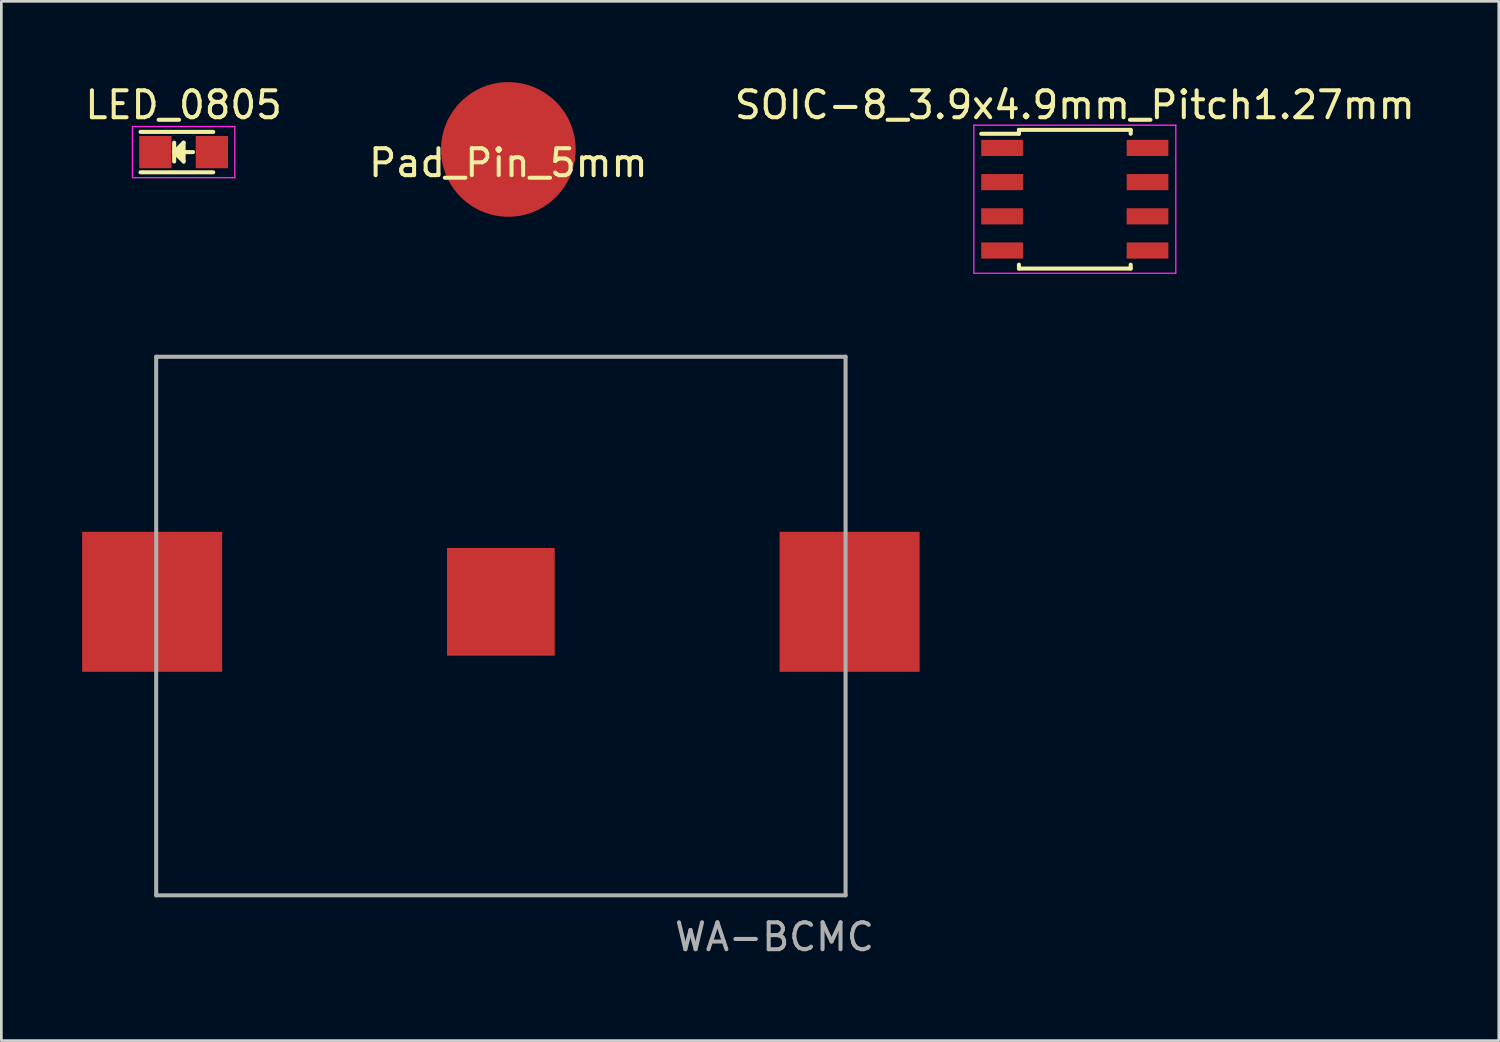
<source format=kicad_pcb>
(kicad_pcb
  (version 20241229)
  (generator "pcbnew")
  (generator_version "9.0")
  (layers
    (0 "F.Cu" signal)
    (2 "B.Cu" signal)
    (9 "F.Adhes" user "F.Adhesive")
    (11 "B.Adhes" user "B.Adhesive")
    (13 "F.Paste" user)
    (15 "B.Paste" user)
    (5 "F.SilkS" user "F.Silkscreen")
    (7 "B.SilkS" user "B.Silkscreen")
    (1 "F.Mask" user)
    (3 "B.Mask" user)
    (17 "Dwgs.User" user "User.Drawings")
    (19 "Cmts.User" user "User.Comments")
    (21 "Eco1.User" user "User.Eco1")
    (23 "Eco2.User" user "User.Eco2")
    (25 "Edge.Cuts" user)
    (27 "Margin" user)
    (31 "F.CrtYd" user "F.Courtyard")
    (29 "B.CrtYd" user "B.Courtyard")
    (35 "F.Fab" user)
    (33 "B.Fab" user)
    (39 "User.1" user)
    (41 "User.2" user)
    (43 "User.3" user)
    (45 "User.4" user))
  (footprint "WA-BCMC"
    (layer "F.Cu")
    (at 15.55 19.298)
    (property "Reference" "WA-BCMC" (at 10.16 12.446 0) (layer "F.Fab") (effects (font (size 1 1) (thickness 0.15))))
    (attr through_hole)
    (fp_line (start -12.8 -9.1) (end 12.8 -9.1) (stroke (width 0.15) (type solid)) (layer "F.Fab"))
    (fp_line (start -12.8 10.9) (end -12.8 -9.1) (stroke (width 0.15) (type solid)) (layer "F.Fab"))
    (fp_line (start 12.8 -9.1) (end 12.8 10.9) (stroke (width 0.15) (type solid)) (layer "F.Fab"))
    (fp_line (start 12.8 10.9) (end -12.8 10.9) (stroke (width 0.15) (type solid)) (layer "F.Fab"))
    (pad "1" smd rect (at -12.95 0) (size 5.2 5.2) (layers "F.Cu" "F.Mask" "F.Paste"))
    (pad "1" smd rect (at 12.95 0) (size 5.2 5.2) (layers "F.Cu" "F.Mask" "F.Paste"))
    (pad "2" smd rect (at 0 0) (size 4 4) (layers "F.Cu" "F.Mask" "F.Paste")))
  (footprint "Pad_Pin_5mm"
    (layer "F.Cu")
    (at 15.827 2.5)
    (property "Reference" "Pad_Pin_5mm" (at 0 0.5 0) (layer "F.SilkS") (effects (font (size 1 1) (thickness 0.15))))
    (attr through_hole)
    (pad "1" smd circle (at 0 0) (size 5 5) (layers "F.Cu" "F.Mask" "F.Paste")))
  (footprint "SOIC-8_3.9x4.9mm_Pitch1.27mm"
    (layer "F.Cu")
    (at 36.863 4.348)
    (property "Reference" "SOIC-8_3.9x4.9mm_Pitch1.27mm" (at 0 -3.5 0) (layer "F.SilkS") (effects (font (size 1 1) (thickness 0.15))))
    (attr smd)
    (fp_line (start -2.075 -2.575) (end -2.075 -2.43) (stroke (width 0.15) (type solid)) (layer "F.SilkS"))
    (fp_line (start -2.075 -2.575) (end 2.075 -2.575) (stroke (width 0.15) (type solid)) (layer "F.SilkS"))
    (fp_line (start -2.075 -2.43) (end -3.475 -2.43) (stroke (width 0.15) (type solid)) (layer "F.SilkS"))
    (fp_line (start -2.075 2.575) (end -2.075 2.43) (stroke (width 0.15) (type solid)) (layer "F.SilkS"))
    (fp_line (start -2.075 2.575) (end 2.075 2.575) (stroke (width 0.15) (type solid)) (layer "F.SilkS"))
    (fp_line (start 2.075 -2.575) (end 2.075 -2.43) (stroke (width 0.15) (type solid)) (layer "F.SilkS"))
    (fp_line (start 2.075 2.575) (end 2.075 2.43) (stroke (width 0.15) (type solid)) (layer "F.SilkS"))
    (fp_line (start -3.75 -2.75) (end -3.75 2.75) (stroke (width 0.05) (type solid)) (layer "F.CrtYd"))
    (fp_line (start -3.75 -2.75) (end 3.75 -2.75) (stroke (width 0.05) (type solid)) (layer "F.CrtYd"))
    (fp_line (start -3.75 2.75) (end 3.75 2.75) (stroke (width 0.05) (type solid)) (layer "F.CrtYd"))
    (fp_line (start 3.75 -2.75) (end 3.75 2.75) (stroke (width 0.05) (type solid)) (layer "F.CrtYd"))
    (pad "1" smd rect (at -2.7 -1.905) (size 1.55 0.6) (layers "F.Cu" "F.Mask" "F.Paste"))
    (pad "2" smd rect (at -2.7 -0.635) (size 1.55 0.6) (layers "F.Cu" "F.Mask" "F.Paste"))
    (pad "3" smd rect (at -2.7 0.635) (size 1.55 0.6) (layers "F.Cu" "F.Mask" "F.Paste"))
    (pad "4" smd rect (at -2.7 1.905) (size 1.55 0.6) (layers "F.Cu" "F.Mask" "F.Paste"))
    (pad "5" smd rect (at 2.7 1.905) (size 1.55 0.6) (layers "F.Cu" "F.Mask" "F.Paste"))
    (pad "6" smd rect (at 2.7 0.635) (size 1.55 0.6) (layers "F.Cu" "F.Mask" "F.Paste"))
    (pad "7" smd rect (at 2.7 -0.635) (size 1.55 0.6) (layers "F.Cu" "F.Mask" "F.Paste"))
    (pad "8" smd rect (at 2.7 -1.905) (size 1.55 0.6) (layers "F.Cu" "F.Mask" "F.Paste")))
  (footprint "LED_0805"
    (layer "F.Cu")
    (at 3.768 2.598)
    (property "Reference" "LED_0805" (at 0 -1.75 0) (layer "F.SilkS") (effects (font (size 1 1) (thickness 0.15))))
    (attr smd)
    (fp_line (start -1.6 -0.75) (end 1.1 -0.75) (stroke (width 0.15) (type solid)) (layer "F.SilkS"))
    (fp_line (start -1.6 0.75) (end 1.1 0.75) (stroke (width 0.15) (type solid)) (layer "F.SilkS"))
    (fp_line (start -0.35 -0.35) (end -0.35 0.35) (stroke (width 0.15) (type solid)) (layer "F.SilkS"))
    (fp_line (start -0.35 0) (end 0 -0.35) (stroke (width 0.15) (type solid)) (layer "F.SilkS"))
    (fp_line (start -0.1 -0.1) (end -0.25 0.05) (stroke (width 0.15) (type solid)) (layer "F.SilkS"))
    (fp_line (start -0.1 0.15) (end -0.1 -0.1) (stroke (width 0.15) (type solid)) (layer "F.SilkS"))
    (fp_line (start 0 -0.35) (end 0 0.35) (stroke (width 0.15) (type solid)) (layer "F.SilkS"))
    (fp_line (start 0 0) (end 0.35 0) (stroke (width 0.15) (type solid)) (layer "F.SilkS"))
    (fp_line (start 0 0.35) (end -0.35 0) (stroke (width 0.15) (type solid)) (layer "F.SilkS"))
    (fp_line (start -1.9 -0.95) (end 1.9 -0.95) (stroke (width 0.05) (type solid)) (layer "F.CrtYd"))
    (fp_line (start -1.9 0.95) (end -1.9 -0.95) (stroke (width 0.05) (type solid)) (layer "F.CrtYd"))
    (fp_line (start 1.9 -0.95) (end 1.9 0.95) (stroke (width 0.05) (type solid)) (layer "F.CrtYd"))
    (fp_line (start 1.9 0.95) (end -1.9 0.95) (stroke (width 0.05) (type solid)) (layer "F.CrtYd"))
    (pad "1" smd rect (at -1.049 0 180) (size 1.199 1.199) (layers "F.Cu" "F.Mask" "F.Paste"))
    (pad "2" smd rect (at 1.049 0 180) (size 1.199 1.199) (layers "F.Cu" "F.Mask" "F.Paste")))
  (gr_rect
    (start -3 -3)
    (end 52.607 35.593)
    (stroke (width 0.1) (type default))
    (fill no)
    (layer "Edge.Cuts")))
</source>
